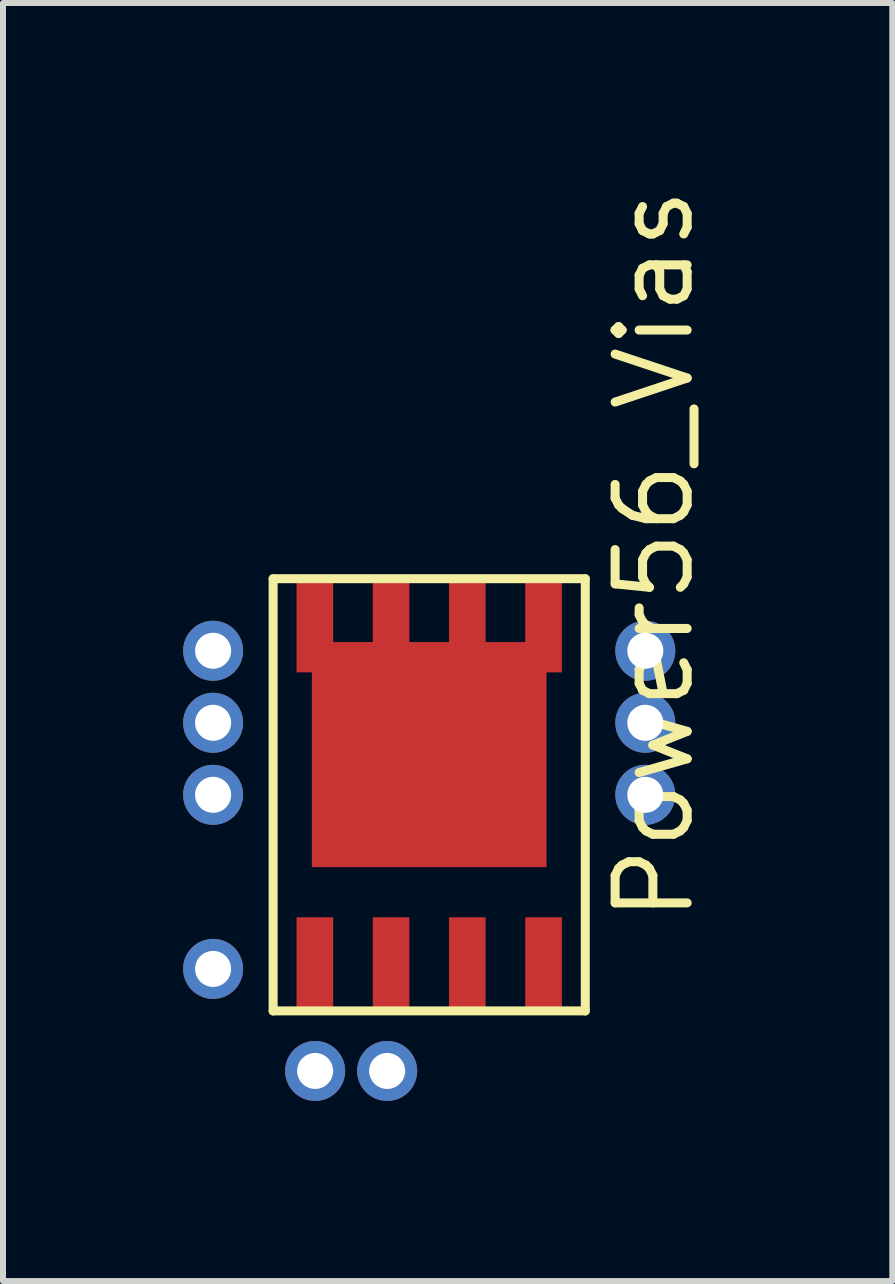
<source format=kicad_pcb>
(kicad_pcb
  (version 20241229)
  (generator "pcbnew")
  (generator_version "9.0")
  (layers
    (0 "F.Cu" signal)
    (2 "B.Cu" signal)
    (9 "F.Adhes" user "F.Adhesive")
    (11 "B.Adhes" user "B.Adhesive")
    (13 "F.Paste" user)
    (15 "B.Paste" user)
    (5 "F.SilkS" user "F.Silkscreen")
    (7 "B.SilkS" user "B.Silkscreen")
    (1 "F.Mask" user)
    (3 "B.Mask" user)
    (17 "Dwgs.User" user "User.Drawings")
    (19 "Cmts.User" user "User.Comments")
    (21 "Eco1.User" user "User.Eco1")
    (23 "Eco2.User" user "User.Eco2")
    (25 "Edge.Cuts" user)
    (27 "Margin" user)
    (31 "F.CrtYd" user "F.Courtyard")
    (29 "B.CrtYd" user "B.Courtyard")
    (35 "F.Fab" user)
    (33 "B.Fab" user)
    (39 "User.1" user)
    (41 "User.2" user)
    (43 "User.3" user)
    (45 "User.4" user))
  (footprint "Power56_Vias"
    (layer "F.Cu")
    (at 4.1 10.191)
    (property "Reference" "Power56_Vias" (at 3.75 -4 90) (layer "F.SilkS") (effects (font (size 1.2 1.2) (thickness 0.15))))
    (attr through_hole)
    (fp_line (start -2.6 -3.6) (end 2.6 -3.6) (stroke (width 0.15) (type solid)) (layer "F.SilkS"))
    (fp_line (start -2.6 3.6) (end -2.6 -3.6) (stroke (width 0.15) (type solid)) (layer "F.SilkS"))
    (fp_line (start 2.6 -3.6) (end 2.6 3.6) (stroke (width 0.15) (type solid)) (layer "F.SilkS"))
    (fp_line (start 2.6 3.6) (end -2.6 3.6) (stroke (width 0.15) (type solid)) (layer "F.SilkS"))
    (pad "1" thru_hole circle (at -3.6 2.9) (size 1 1) (drill 0.6) (layers "*.Cu"))
    (pad "1" smd rect (at -1.905 2.79) (size 0.61 1.5) (layers "F.Cu" "F.Mask" "F.Paste"))
    (pad "1" thru_hole circle (at -1.9 4.6) (size 1 1) (drill 0.6) (layers "*.Cu"))
    (pad "1" thru_hole circle (at -0.7 4.6) (size 1 1) (drill 0.6) (layers "*.Cu"))
    (pad "2" smd rect (at -0.635 2.79) (size 0.61 1.5) (layers "F.Cu" "F.Mask" "F.Paste"))
    (pad "3" smd rect (at 0.635 2.79) (size 0.61 1.5) (layers "F.Cu" "F.Mask" "F.Paste"))
    (pad "4" smd rect (at 1.905 2.79) (size 0.61 1.5) (layers "F.Cu" "F.Mask" "F.Paste"))
    (pad "5" thru_hole circle (at -3.6 -2.4) (size 1 1) (drill 0.6) (layers "*.Cu"))
    (pad "5" thru_hole circle (at -3.6 -1.2) (size 1 1) (drill 0.6) (layers "*.Cu"))
    (pad "5" thru_hole circle (at -3.6 0) (size 1 1) (drill 0.6) (layers "*.Cu"))
    (pad "5" smd rect (at 0 -0.67) (size 3.91 3.75) (layers "F.Cu" "F.Mask" "F.Paste"))
    (pad "5" smd rect (at 1.905 -2.79) (size 0.61 1.5) (layers "F.Cu" "F.Mask" "F.Paste"))
    (pad "5" thru_hole circle (at 3.6 -2.4) (size 1 1) (drill 0.6) (layers "*.Cu"))
    (pad "5" thru_hole circle (at 3.6 -1.2) (size 1 1) (drill 0.6) (layers "*.Cu"))
    (pad "5" thru_hole circle (at 3.6 0) (size 1 1) (drill 0.6) (layers "*.Cu"))
    (pad "6" smd rect (at 0.635 -2.79) (size 0.61 1.5) (layers "F.Cu" "F.Mask" "F.Paste"))
    (pad "7" smd rect (at -0.635 -2.79) (size 0.61 1.5) (layers "F.Cu" "F.Mask" "F.Paste"))
    (pad "8" smd rect (at -1.905 -2.79) (size 0.61 1.5) (layers "F.Cu" "F.Mask" "F.Paste")))
  (gr_rect
    (start -3 -3)
    (end 11.815 18.291)
    (stroke (width 0.1) (type default))
    (fill no)
    (layer "Edge.Cuts")))
</source>
